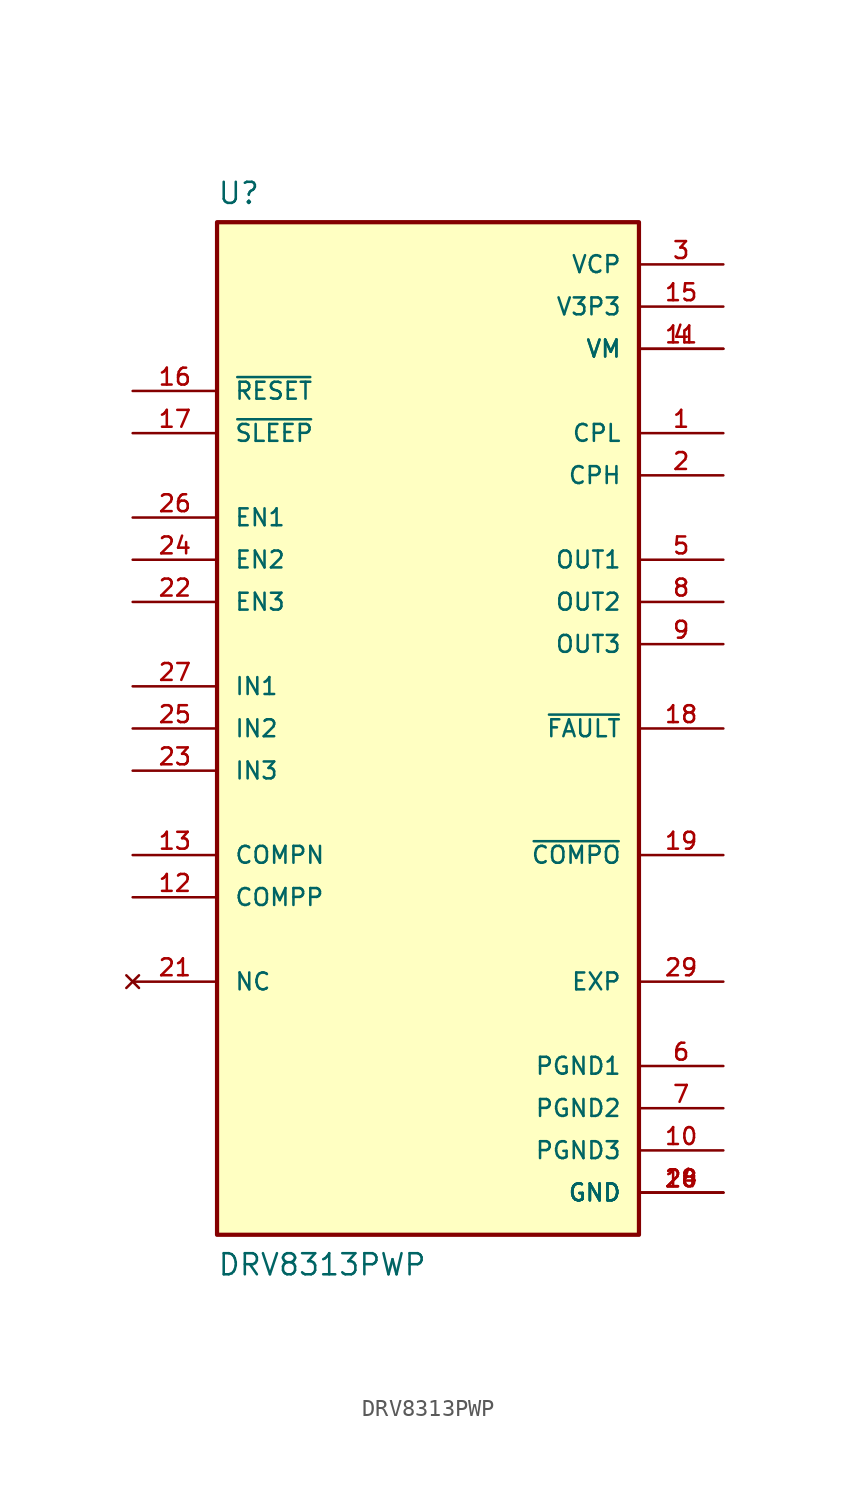
<source format=kicad_sym>
(kicad_symbol_lib
  (version 20211014)
  (generator kicad_symbol_editor)
  (symbol "DRV8313PWP"
    (pin_names
      (offset 1.016))
    (property "Reference" "U"
      (at -12.7 31.48 0.0)
      (effects (font (size 1.27 1.27)) (justify bottom left)))
    (property "Value" "DRV8313PWP"
      (at -12.7 -33.02 0.0)
      (effects (font (size 1.27 1.27)) (justify bottom left)))
    (symbol "DRV8313PWP_0_0"
      (rectangle (start -12.7 -30.48) (end 12.7 30.48) (stroke (width 0.254)) (fill (type background)))
      (pin input line (at -17.78 -7.62 0) (length 5.08) (name "COMPN" (effects (font (size 1.016 1.016)))) (number "13" (effects (font (size 1.016 1.016)))))
      (pin input line (at -17.78 -10.16 0) (length 5.08) (name "COMPP" (effects (font (size 1.016 1.016)))) (number "12" (effects (font (size 1.016 1.016)))))
      (pin input line (at -17.78 12.7 0) (length 5.08) (name "EN1" (effects (font (size 1.016 1.016)))) (number "26" (effects (font (size 1.016 1.016)))))
      (pin input line (at -17.78 10.16 0) (length 5.08) (name "EN2" (effects (font (size 1.016 1.016)))) (number "24" (effects (font (size 1.016 1.016)))))
      (pin input line (at -17.78 7.62 0) (length 5.08) (name "EN3" (effects (font (size 1.016 1.016)))) (number "22" (effects (font (size 1.016 1.016)))))
      (pin input line (at -17.78 2.54 0) (length 5.08) (name "IN1" (effects (font (size 1.016 1.016)))) (number "27" (effects (font (size 1.016 1.016)))))
      (pin input line (at -17.78 0.0 0) (length 5.08) (name "IN2" (effects (font (size 1.016 1.016)))) (number "25" (effects (font (size 1.016 1.016)))))
      (pin input line (at -17.78 -2.54 0) (length 5.08) (name "IN3" (effects (font (size 1.016 1.016)))) (number "23" (effects (font (size 1.016 1.016)))))
      (pin input line (at -17.78 20.32 0) (length 5.08) (name "~{RESET}" (effects (font (size 1.016 1.016)))) (number "16" (effects (font (size 1.016 1.016)))))
      (pin input line (at -17.78 17.78 0) (length 5.08) (name "~{SLEEP}" (effects (font (size 1.016 1.016)))) (number "17" (effects (font (size 1.016 1.016)))))
      (pin output line (at 17.78 0.0 180.0) (length 5.08) (name "~{FAULT}" (effects (font (size 1.016 1.016)))) (number "18" (effects (font (size 1.016 1.016)))))
      (pin power_in line (at 17.78 17.78 180.0) (length 5.08) (name "CPL" (effects (font (size 1.016 1.016)))) (number "1" (effects (font (size 1.016 1.016)))))
      (pin power_in line (at 17.78 15.24 180.0) (length 5.08) (name "CPH" (effects (font (size 1.016 1.016)))) (number "2" (effects (font (size 1.016 1.016)))))
      (pin power_in line (at 17.78 27.94 180.0) (length 5.08) (name "VCP" (effects (font (size 1.016 1.016)))) (number "3" (effects (font (size 1.016 1.016)))))
      (pin power_in line (at 17.78 22.86 180.0) (length 5.08) (name "VM" (effects (font (size 1.016 1.016)))) (number "4" (effects (font (size 1.016 1.016)))))
      (pin power_in line (at 17.78 22.86 180.0) (length 5.08) (name "VM" (effects (font (size 1.016 1.016)))) (number "11" (effects (font (size 1.016 1.016)))))
      (pin power_in line (at 17.78 25.4 180.0) (length 5.08) (name "V3P3" (effects (font (size 1.016 1.016)))) (number "15" (effects (font (size 1.016 1.016)))))
      (pin power_in line (at 17.78 -15.24 180.0) (length 5.08) (name "EXP" (effects (font (size 1.016 1.016)))) (number "29" (effects (font (size 1.016 1.016)))))
      (pin output line (at 17.78 10.16 180.0) (length 5.08) (name "OUT1" (effects (font (size 1.016 1.016)))) (number "5" (effects (font (size 1.016 1.016)))))
      (pin output line (at 17.78 7.62 180.0) (length 5.08) (name "OUT2" (effects (font (size 1.016 1.016)))) (number "8" (effects (font (size 1.016 1.016)))))
      (pin output line (at 17.78 5.08 180.0) (length 5.08) (name "OUT3" (effects (font (size 1.016 1.016)))) (number "9" (effects (font (size 1.016 1.016)))))
      (pin power_in line (at 17.78 -20.32 180.0) (length 5.08) (name "PGND1" (effects (font (size 1.016 1.016)))) (number "6" (effects (font (size 1.016 1.016)))))
      (pin power_in line (at 17.78 -22.86 180.0) (length 5.08) (name "PGND2" (effects (font (size 1.016 1.016)))) (number "7" (effects (font (size 1.016 1.016)))))
      (pin power_in line (at 17.78 -25.4 180.0) (length 5.08) (name "PGND3" (effects (font (size 1.016 1.016)))) (number "10" (effects (font (size 1.016 1.016)))))
      (pin power_in line (at 17.78 -27.94 180.0) (length 5.08) (name "GND" (effects (font (size 1.016 1.016)))) (number "14" (effects (font (size 1.016 1.016)))))
      (pin power_in line (at 17.78 -27.94 180.0) (length 5.08) (name "GND" (effects (font (size 1.016 1.016)))) (number "20" (effects (font (size 1.016 1.016)))))
      (pin power_in line (at 17.78 -27.94 180.0) (length 5.08) (name "GND" (effects (font (size 1.016 1.016)))) (number "28" (effects (font (size 1.016 1.016)))))
      (pin no_connect line (at -17.78 -15.24 0) (length 5.08) (name "NC" (effects (font (size 1.016 1.016)))) (number "21" (effects (font (size 1.016 1.016)))))
      (pin output line (at 17.78 -7.62 180.0) (length 5.08) (name "~{COMPO}" (effects (font (size 1.016 1.016)))) (number "19" (effects (font (size 1.016 1.016))))))))
</source>
